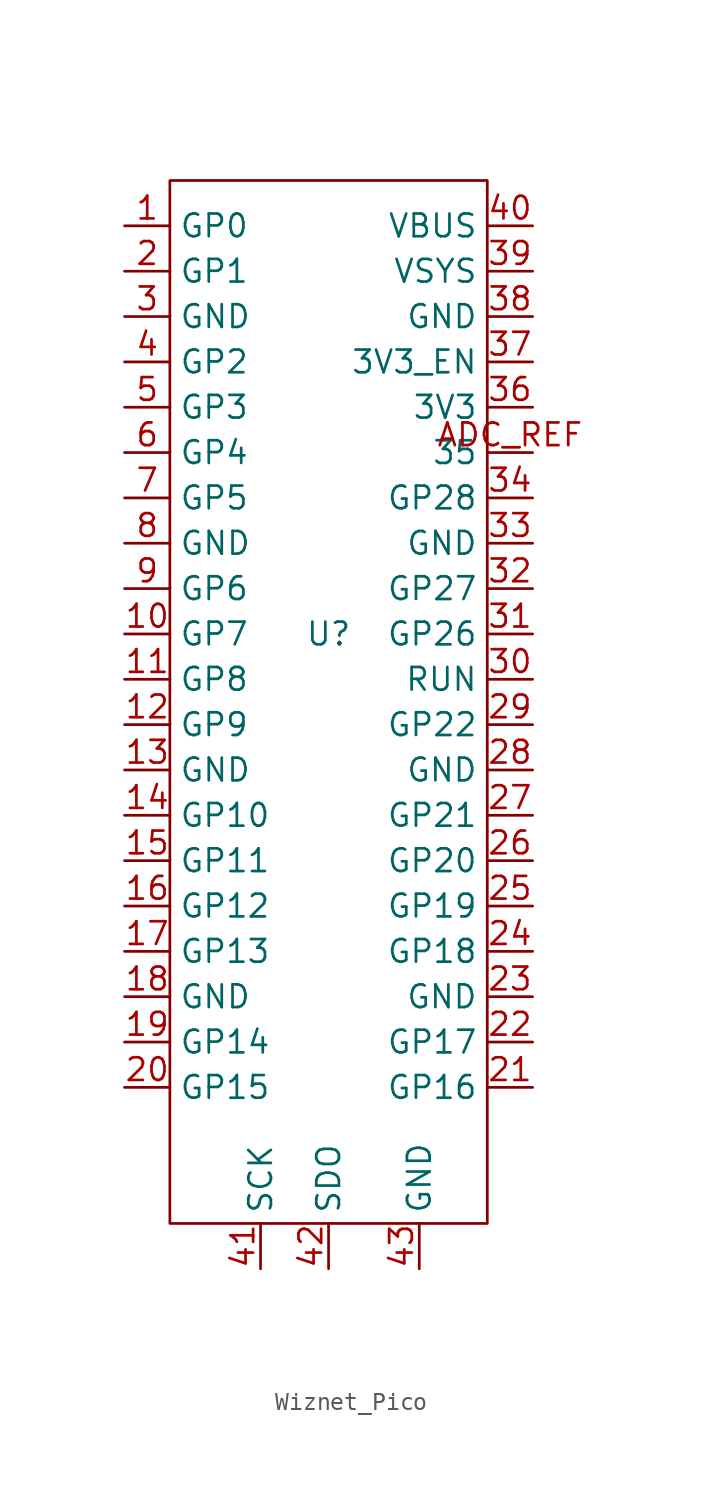
<source format=kicad_sym>
(kicad_symbol_lib
  (version 20220914)
  (generator kicad_symbol_editor)
  (symbol "Wiznet_Pico"
    (property "Reference" "U"
      (at 0 0 0)
      (effects (font (size 1.27 1.27))))
    (property "Value" ""
      (at 0 0 0)
      (effects (font (size 1.27 1.27))))
    (symbol "Wiznet_Pico_0_1"
      (rectangle (start -8.89 25.4) (end 8.89 -33.02) (stroke (width 0) (type default)) (fill (type none))))
    (symbol "Wiznet_Pico_1_1"
      (pin input line (at -11.43 22.86 0) (length 2.54) (name "GP0" (effects (font (size 1.27 1.27)))) (number "1" (effects (font (size 1.27 1.27)))))
      (pin input line (at -11.43 0 0) (length 2.54) (name "GP7" (effects (font (size 1.27 1.27)))) (number "10" (effects (font (size 1.27 1.27)))))
      (pin input line (at -11.43 -2.54 0) (length 2.54) (name "GP8" (effects (font (size 1.27 1.27)))) (number "11" (effects (font (size 1.27 1.27)))))
      (pin input line (at -11.43 -5.08 0) (length 2.54) (name "GP9" (effects (font (size 1.27 1.27)))) (number "12" (effects (font (size 1.27 1.27)))))
      (pin input line (at -11.43 -7.62 0) (length 2.54) (name "GND" (effects (font (size 1.27 1.27)))) (number "13" (effects (font (size 1.27 1.27)))))
      (pin input line (at -11.43 -10.16 0) (length 2.54) (name "GP10" (effects (font (size 1.27 1.27)))) (number "14" (effects (font (size 1.27 1.27)))))
      (pin input line (at -11.43 -12.7 0) (length 2.54) (name "GP11" (effects (font (size 1.27 1.27)))) (number "15" (effects (font (size 1.27 1.27)))))
      (pin input line (at -11.43 -15.24 0) (length 2.54) (name "GP12" (effects (font (size 1.27 1.27)))) (number "16" (effects (font (size 1.27 1.27)))))
      (pin input line (at -11.43 -17.78 0) (length 2.54) (name "GP13" (effects (font (size 1.27 1.27)))) (number "17" (effects (font (size 1.27 1.27)))))
      (pin input line (at -11.43 -20.32 0) (length 2.54) (name "GND" (effects (font (size 1.27 1.27)))) (number "18" (effects (font (size 1.27 1.27)))))
      (pin input line (at -11.43 -22.86 0) (length 2.54) (name "GP14" (effects (font (size 1.27 1.27)))) (number "19" (effects (font (size 1.27 1.27)))))
      (pin input line (at -11.43 20.32 0) (length 2.54) (name "GP1" (effects (font (size 1.27 1.27)))) (number "2" (effects (font (size 1.27 1.27)))))
      (pin input line (at -11.43 -25.4 0) (length 2.54) (name "GP15" (effects (font (size 1.27 1.27)))) (number "20" (effects (font (size 1.27 1.27)))))
      (pin input line (at 11.43 -25.4 180) (length 2.54) (name "GP16" (effects (font (size 1.27 1.27)))) (number "21" (effects (font (size 1.27 1.27)))))
      (pin input line (at 11.43 -22.86 180) (length 2.54) (name "GP17" (effects (font (size 1.27 1.27)))) (number "22" (effects (font (size 1.27 1.27)))))
      (pin input line (at 11.43 -20.32 180) (length 2.54) (name "GND" (effects (font (size 1.27 1.27)))) (number "23" (effects (font (size 1.27 1.27)))))
      (pin input line (at 11.43 -17.78 180) (length 2.54) (name "GP18" (effects (font (size 1.27 1.27)))) (number "24" (effects (font (size 1.27 1.27)))))
      (pin input line (at 11.43 -15.24 180) (length 2.54) (name "GP19" (effects (font (size 1.27 1.27)))) (number "25" (effects (font (size 1.27 1.27)))))
      (pin input line (at 11.43 -12.7 180) (length 2.54) (name "GP20" (effects (font (size 1.27 1.27)))) (number "26" (effects (font (size 1.27 1.27)))))
      (pin input line (at 11.43 -10.16 180) (length 2.54) (name "GP21" (effects (font (size 1.27 1.27)))) (number "27" (effects (font (size 1.27 1.27)))))
      (pin input line (at 11.43 -7.62 180) (length 2.54) (name "GND" (effects (font (size 1.27 1.27)))) (number "28" (effects (font (size 1.27 1.27)))))
      (pin input line (at 11.43 -5.08 180) (length 2.54) (name "GP22" (effects (font (size 1.27 1.27)))) (number "29" (effects (font (size 1.27 1.27)))))
      (pin input line (at -11.43 17.78 0) (length 2.54) (name "GND" (effects (font (size 1.27 1.27)))) (number "3" (effects (font (size 1.27 1.27)))))
      (pin input line (at 11.43 -2.54 180) (length 2.54) (name "RUN" (effects (font (size 1.27 1.27)))) (number "30" (effects (font (size 1.27 1.27)))))
      (pin input line (at 11.43 0 180) (length 2.54) (name "GP26" (effects (font (size 1.27 1.27)))) (number "31" (effects (font (size 1.27 1.27)))))
      (pin input line (at 11.43 2.54 180) (length 2.54) (name "GP27" (effects (font (size 1.27 1.27)))) (number "32" (effects (font (size 1.27 1.27)))))
      (pin input line (at 11.43 5.08 180) (length 2.54) (name "GND" (effects (font (size 1.27 1.27)))) (number "33" (effects (font (size 1.27 1.27)))))
      (pin input line (at 11.43 7.62 180) (length 2.54) (name "GP28" (effects (font (size 1.27 1.27)))) (number "34" (effects (font (size 1.27 1.27)))))
      (pin input line (at 11.43 12.7 180) (length 2.54) (name "3V3" (effects (font (size 1.27 1.27)))) (number "36" (effects (font (size 1.27 1.27)))))
      (pin input line (at 11.43 15.24 180) (length 2.54) (name "3V3_EN" (effects (font (size 1.27 1.27)))) (number "37" (effects (font (size 1.27 1.27)))))
      (pin input line (at 11.43 17.78 180) (length 2.54) (name "GND" (effects (font (size 1.27 1.27)))) (number "38" (effects (font (size 1.27 1.27)))))
      (pin input line (at 11.43 20.32 180) (length 2.54) (name "VSYS" (effects (font (size 1.27 1.27)))) (number "39" (effects (font (size 1.27 1.27)))))
      (pin input line (at -11.43 15.24 0) (length 2.54) (name "GP2" (effects (font (size 1.27 1.27)))) (number "4" (effects (font (size 1.27 1.27)))))
      (pin input line (at 11.43 22.86 180) (length 2.54) (name "VBUS" (effects (font (size 1.27 1.27)))) (number "40" (effects (font (size 1.27 1.27)))))
      (pin input line (at -3.81 -35.56 90) (length 2.54) (name "SCK" (effects (font (size 1.27 1.27)))) (number "41" (effects (font (size 1.27 1.27)))))
      (pin input line (at 0 -35.56 90) (length 2.54) (name "SDO" (effects (font (size 1.27 1.27)))) (number "42" (effects (font (size 1.27 1.27)))))
      (pin input line (at 5.08 -35.56 90) (length 2.54) (name "GND" (effects (font (size 1.27 1.27)))) (number "43" (effects (font (size 1.27 1.27)))))
      (pin input line (at -11.43 12.7 0) (length 2.54) (name "GP3" (effects (font (size 1.27 1.27)))) (number "5" (effects (font (size 1.27 1.27)))))
      (pin input line (at -11.43 10.16 0) (length 2.54) (name "GP4" (effects (font (size 1.27 1.27)))) (number "6" (effects (font (size 1.27 1.27)))))
      (pin input line (at -11.43 7.62 0) (length 2.54) (name "GP5" (effects (font (size 1.27 1.27)))) (number "7" (effects (font (size 1.27 1.27)))))
      (pin input line (at -11.43 5.08 0) (length 2.54) (name "GND" (effects (font (size 1.27 1.27)))) (number "8" (effects (font (size 1.27 1.27)))))
      (pin input line (at -11.43 2.54 0) (length 2.54) (name "GP6" (effects (font (size 1.27 1.27)))) (number "9" (effects (font (size 1.27 1.27)))))
      (pin input line (at 11.43 10.16 180) (length 2.54) (name "35" (effects (font (size 1.27 1.27)))) (number "ADC_REF" (effects (font (size 1.27 1.27))))))))
</source>
